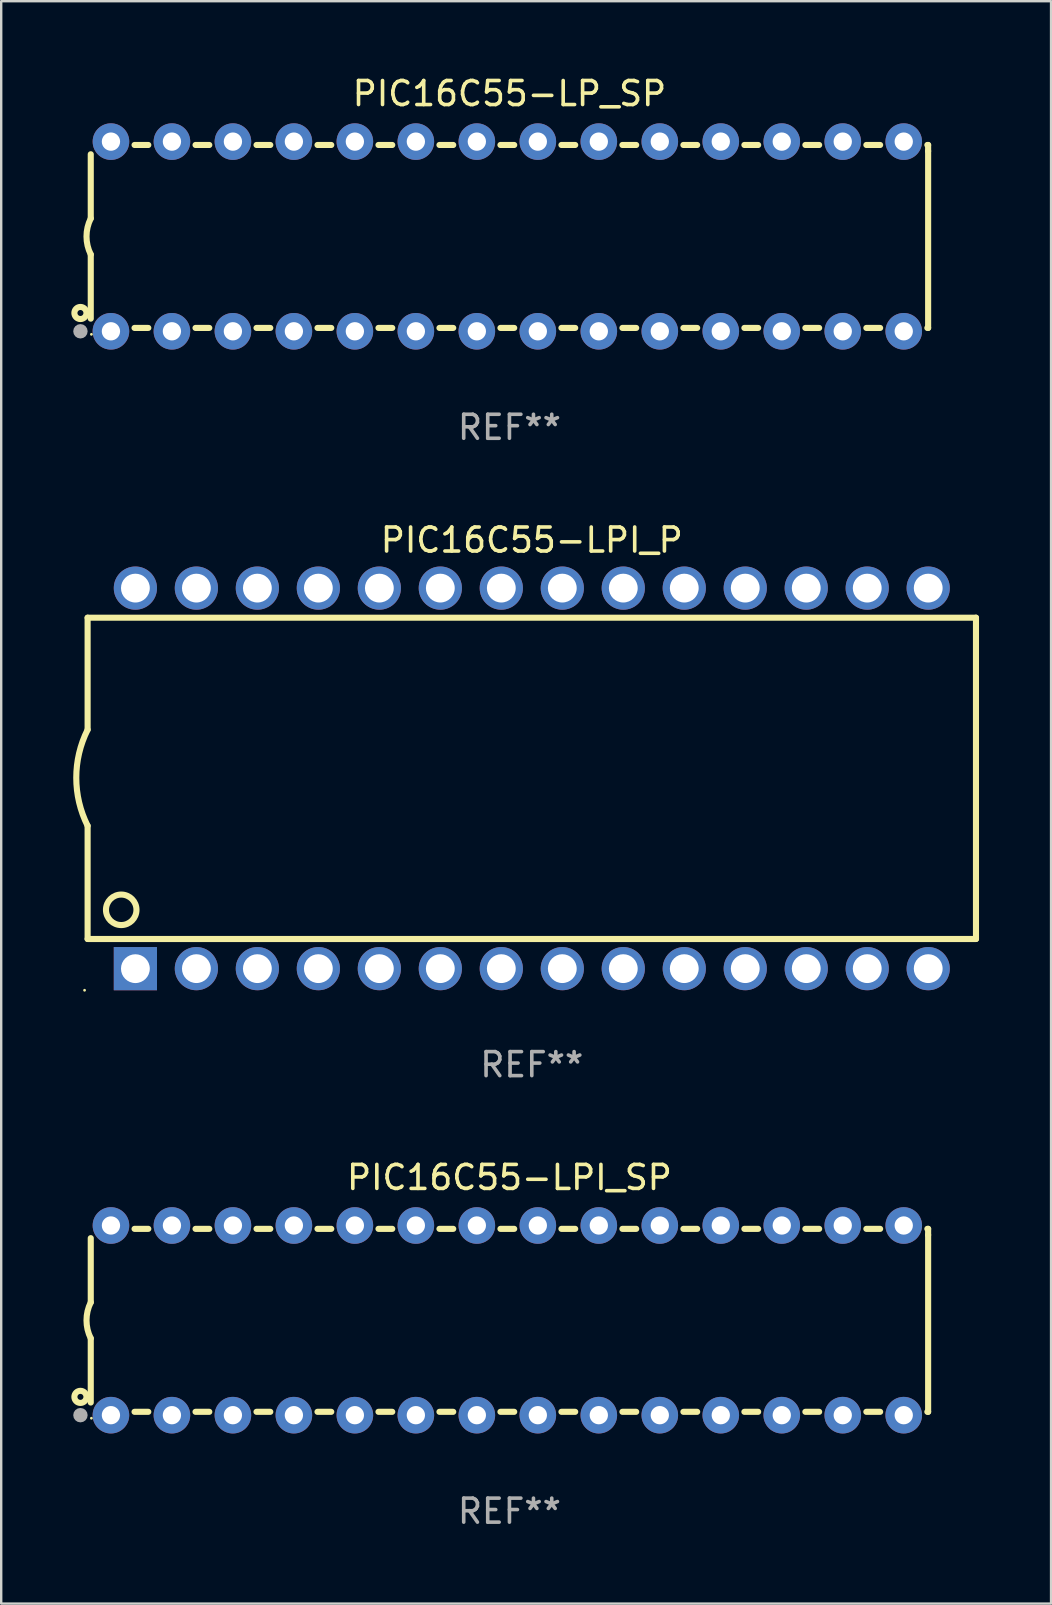
<source format=kicad_pcb>
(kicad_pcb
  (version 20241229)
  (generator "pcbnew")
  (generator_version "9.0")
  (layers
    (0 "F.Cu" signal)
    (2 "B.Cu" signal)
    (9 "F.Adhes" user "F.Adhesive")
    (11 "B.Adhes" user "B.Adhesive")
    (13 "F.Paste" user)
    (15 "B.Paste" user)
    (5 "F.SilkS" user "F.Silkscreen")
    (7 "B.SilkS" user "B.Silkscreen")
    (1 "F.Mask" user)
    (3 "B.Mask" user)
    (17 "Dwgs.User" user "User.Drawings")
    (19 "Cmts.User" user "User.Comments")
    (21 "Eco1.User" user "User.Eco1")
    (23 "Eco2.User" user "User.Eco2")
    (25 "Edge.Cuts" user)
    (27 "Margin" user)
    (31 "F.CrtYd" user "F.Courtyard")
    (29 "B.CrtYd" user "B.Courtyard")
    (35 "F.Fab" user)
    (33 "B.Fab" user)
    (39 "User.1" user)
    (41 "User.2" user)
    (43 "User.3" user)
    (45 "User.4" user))
  (footprint "PIC16C55-LP_SP"
    (layer "F.Cu")
    (at 18.168 6.798)
    (property "Reference" "PIC16C55-LP_SP" (at 0 -5.95 0) (layer "F.SilkS") (effects (font (size 1 1) (thickness 0.15))))
    (attr through_hole)
    (fp_line (start -17.438 0.75) (end -17.438 3.423) (stroke (width 0.254) (type solid)) (layer "F.SilkS"))
    (fp_line (start -17.438 -3.423) (end -17.438 -0.75) (stroke (width 0.254) (type solid)) (layer "F.SilkS"))
    (fp_line (start -15.615 3.81) (end -15.041 3.81) (stroke (width 0.254) (type solid)) (layer "F.SilkS"))
    (fp_line (start -15.041 -3.81) (end -15.614 -3.81) (stroke (width 0.254) (type solid)) (layer "F.SilkS"))
    (fp_line (start -13.075 3.81) (end -12.501 3.81) (stroke (width 0.254) (type solid)) (layer "F.SilkS"))
    (fp_line (start -12.501 -3.81) (end -13.074 -3.81) (stroke (width 0.254) (type solid)) (layer "F.SilkS"))
    (fp_line (start -10.535 3.81) (end -9.961 3.81) (stroke (width 0.254) (type solid)) (layer "F.SilkS"))
    (fp_line (start -9.961 -3.81) (end -10.534 -3.81) (stroke (width 0.254) (type solid)) (layer "F.SilkS"))
    (fp_line (start -7.995 3.81) (end -7.421 3.81) (stroke (width 0.254) (type solid)) (layer "F.SilkS"))
    (fp_line (start -7.421 -3.81) (end -7.995 -3.81) (stroke (width 0.254) (type solid)) (layer "F.SilkS"))
    (fp_line (start -5.455 3.81) (end -4.881 3.81) (stroke (width 0.254) (type solid)) (layer "F.SilkS"))
    (fp_line (start -4.881 -3.81) (end -5.455 -3.81) (stroke (width 0.254) (type solid)) (layer "F.SilkS"))
    (fp_line (start -2.915 3.81) (end -2.341 3.81) (stroke (width 0.254) (type solid)) (layer "F.SilkS"))
    (fp_line (start -2.341 -3.81) (end -2.915 -3.81) (stroke (width 0.254) (type solid)) (layer "F.SilkS"))
    (fp_line (start -0.375 3.81) (end 0.199 3.81) (stroke (width 0.254) (type solid)) (layer "F.SilkS"))
    (fp_line (start 0.199 -3.81) (end -0.375 -3.81) (stroke (width 0.254) (type solid)) (layer "F.SilkS"))
    (fp_line (start 2.165 3.81) (end 2.739 3.81) (stroke (width 0.254) (type solid)) (layer "F.SilkS"))
    (fp_line (start 2.739 -3.81) (end 2.165 -3.81) (stroke (width 0.254) (type solid)) (layer "F.SilkS"))
    (fp_line (start 4.705 3.81) (end 5.279 3.81) (stroke (width 0.254) (type solid)) (layer "F.SilkS"))
    (fp_line (start 5.279 -3.81) (end 4.705 -3.81) (stroke (width 0.254) (type solid)) (layer "F.SilkS"))
    (fp_line (start 7.245 3.81) (end 7.819 3.81) (stroke (width 0.254) (type solid)) (layer "F.SilkS"))
    (fp_line (start 7.819 -3.81) (end 7.245 -3.81) (stroke (width 0.254) (type solid)) (layer "F.SilkS"))
    (fp_line (start 9.785 3.81) (end 10.359 3.81) (stroke (width 0.254) (type solid)) (layer "F.SilkS"))
    (fp_line (start 10.359 -3.81) (end 9.785 -3.81) (stroke (width 0.254) (type solid)) (layer "F.SilkS"))
    (fp_line (start 12.325 3.81) (end 12.899 3.81) (stroke (width 0.254) (type solid)) (layer "F.SilkS"))
    (fp_line (start 12.899 -3.81) (end 12.325 -3.81) (stroke (width 0.254) (type solid)) (layer "F.SilkS"))
    (fp_line (start 14.865 3.81) (end 15.439 3.81) (stroke (width 0.254) (type solid)) (layer "F.SilkS"))
    (fp_line (start 15.439 -3.81) (end 14.865 -3.81) (stroke (width 0.254) (type solid)) (layer "F.SilkS"))
    (fp_line (start 17.405 3.81) (end 17.438 3.81) (stroke (width 0.254) (type solid)) (layer "F.SilkS"))
    (fp_line (start 17.438 -3.81) (end 17.405 -3.81) (stroke (width 0.254) (type solid)) (layer "F.SilkS"))
    (fp_line (start 17.438 -3.556) (end 17.438 -3.81) (stroke (width 0.254) (type solid)) (layer "F.SilkS"))
    (fp_line (start 17.438 3.81) (end 17.438 -3.556) (stroke (width 0.254) (type solid)) (layer "F.SilkS"))
    (fp_arc (start -17.437986 0.749657) (mid -17.614887 -0.000024) (end -17.437783 -0.749657) (stroke (width 0.254001) (type solid)) (layer "F.SilkS"))
    (fp_circle (center -17.868 3.188) (end -17.743 3.188) (stroke (width 0.254) (type solid)) (fill no) (layer "F.SilkS"))
    (fp_circle (center -17.411 4.077) (end -17.381 4.077) (stroke (width 0.06) (type solid)) (fill no) (layer "F.SilkS"))
    (fp_circle (center -17.868 3.95) (end -17.718 3.95) (stroke (width 0.3) (type solid)) (fill no) (layer "F.Fab"))
    (fp_text user "REF**" (at 0 7.95 0) (layer "F.Fab") (effects (font (size 1 1) (thickness 0.15))))
    (pad "1" thru_hole circle (at -16.598 3.95) (size 1.524 1.524) (drill 0.762) (layers "*.Cu" "*.Mask"))
    (pad "2" thru_hole circle (at -14.058 3.95) (size 1.524 1.524) (drill 0.762) (layers "*.Cu" "*.Mask"))
    (pad "3" thru_hole circle (at -11.518 3.95) (size 1.524 1.524) (drill 0.762) (layers "*.Cu" "*.Mask"))
    (pad "4" thru_hole circle (at -8.978 3.95) (size 1.524 1.524) (drill 0.762) (layers "*.Cu" "*.Mask"))
    (pad "5" thru_hole circle (at -6.438 3.95) (size 1.524 1.524) (drill 0.762) (layers "*.Cu" "*.Mask"))
    (pad "6" thru_hole circle (at -3.898 3.95) (size 1.524 1.524) (drill 0.762) (layers "*.Cu" "*.Mask"))
    (pad "7" thru_hole circle (at -1.358 3.95) (size 1.524 1.524) (drill 0.762) (layers "*.Cu" "*.Mask"))
    (pad "8" thru_hole circle (at 1.182 3.95) (size 1.524 1.524) (drill 0.762) (layers "*.Cu" "*.Mask"))
    (pad "9" thru_hole circle (at 3.722 3.95) (size 1.524 1.524) (drill 0.762) (layers "*.Cu" "*.Mask"))
    (pad "10" thru_hole circle (at 6.262 3.95) (size 1.524 1.524) (drill 0.762) (layers "*.Cu" "*.Mask"))
    (pad "11" thru_hole circle (at 8.802 3.95) (size 1.524 1.524) (drill 0.762) (layers "*.Cu" "*.Mask"))
    (pad "12" thru_hole circle (at 11.342 3.95) (size 1.524 1.524) (drill 0.762) (layers "*.Cu" "*.Mask"))
    (pad "13" thru_hole circle (at 13.882 3.95) (size 1.524 1.524) (drill 0.762) (layers "*.Cu" "*.Mask"))
    (pad "14" thru_hole circle (at 16.422 3.95) (size 1.524 1.524) (drill 0.762) (layers "*.Cu" "*.Mask"))
    (pad "15" thru_hole circle (at 16.422 -3.95) (size 1.524 1.524) (drill 0.762) (layers "*.Cu" "*.Mask"))
    (pad "16" thru_hole circle (at 13.882 -3.95) (size 1.524 1.524) (drill 0.762) (layers "*.Cu" "*.Mask"))
    (pad "17" thru_hole circle (at 11.342 -3.95) (size 1.524 1.524) (drill 0.762) (layers "*.Cu" "*.Mask"))
    (pad "18" thru_hole circle (at 8.802 -3.95) (size 1.524 1.524) (drill 0.762) (layers "*.Cu" "*.Mask"))
    (pad "19" thru_hole circle (at 6.262 -3.95) (size 1.524 1.524) (drill 0.762) (layers "*.Cu" "*.Mask"))
    (pad "20" thru_hole circle (at 3.722 -3.95) (size 1.524 1.524) (drill 0.762) (layers "*.Cu" "*.Mask"))
    (pad "21" thru_hole circle (at 1.182 -3.95) (size 1.524 1.524) (drill 0.762) (layers "*.Cu" "*.Mask"))
    (pad "22" thru_hole circle (at -1.358 -3.95) (size 1.524 1.524) (drill 0.762) (layers "*.Cu" "*.Mask"))
    (pad "23" thru_hole circle (at -3.898 -3.95) (size 1.524 1.524) (drill 0.762) (layers "*.Cu" "*.Mask"))
    (pad "24" thru_hole circle (at -6.438 -3.95) (size 1.524 1.524) (drill 0.762) (layers "*.Cu" "*.Mask"))
    (pad "25" thru_hole circle (at -8.978 -3.95) (size 1.524 1.524) (drill 0.762) (layers "*.Cu" "*.Mask"))
    (pad "26" thru_hole circle (at -11.517 -3.95) (size 1.524 1.524) (drill 0.762) (layers "*.Cu" "*.Mask"))
    (pad "27" thru_hole circle (at -14.057 -3.95) (size 1.524 1.524) (drill 0.762) (layers "*.Cu" "*.Mask"))
    (pad "28" thru_hole circle (at -16.597 -3.95) (size 1.524 1.524) (drill 0.762) (layers "*.Cu" "*.Mask")))
  (footprint "PIC16C55-LPI_P"
    (layer "F.Cu")
    (at 19.099 29.369)
    (property "Reference" "PIC16C55-LPI_P" (at 0 -9.925 0) (layer "F.SilkS") (effects (font (size 1 1) (thickness 0.15))))
    (attr through_hole)
    (fp_line (start -18.5 -6.692) (end -18.5 -2.026) (stroke (width 0.254) (type solid)) (layer "F.SilkS"))
    (fp_line (start -18.5 6.689) (end -18.5 1.974) (stroke (width 0.254) (type solid)) (layer "F.SilkS"))
    (fp_line (start -18.5 6.689) (end 18.5 6.689) (stroke (width 0.254) (type solid)) (layer "F.SilkS"))
    (fp_line (start 18.5 -6.692) (end -18.5 -6.692) (stroke (width 0.254) (type solid)) (layer "F.SilkS"))
    (fp_line (start 18.5 6.689) (end 18.5 -6.692) (stroke (width 0.254) (type solid)) (layer "F.SilkS"))
    (fp_arc (start -18.500051 1.974346) (mid -18.972187 -0.025654) (end -18.500051 -2.025654) (stroke (width 0.254001) (type solid)) (layer "F.SilkS"))
    (fp_circle (center -18.627 8.824) (end -18.597 8.824) (stroke (width 0.06) (type solid)) (fill no) (layer "F.SilkS"))
    (fp_circle (center -17.1 5.474) (end -16.465 5.474) (stroke (width 0.254) (type solid)) (fill no) (layer "F.SilkS"))
    (fp_text user "REF**" (at 0 11.925 0) (layer "F.Fab") (effects (font (size 1 1) (thickness 0.15))))
    (pad "1" thru_hole rect (at -16.51 7.925) (size 1.8 1.8) (drill 1.2) (layers "*.Cu" "*.Mask"))
    (pad "2" thru_hole circle (at -13.97 7.924) (size 1.8 1.8) (drill 1.2) (layers "*.Cu" "*.Mask"))
    (pad "3" thru_hole circle (at -11.43 7.924) (size 1.8 1.8) (drill 1.2) (layers "*.Cu" "*.Mask"))
    (pad "4" thru_hole circle (at -8.89 7.924) (size 1.8 1.8) (drill 1.2) (layers "*.Cu" "*.Mask"))
    (pad "5" thru_hole circle (at -6.35 7.924) (size 1.8 1.8) (drill 1.2) (layers "*.Cu" "*.Mask"))
    (pad "6" thru_hole circle (at -3.81 7.924) (size 1.8 1.8) (drill 1.2) (layers "*.Cu" "*.Mask"))
    (pad "7" thru_hole circle (at -1.27 7.924) (size 1.8 1.8) (drill 1.2) (layers "*.Cu" "*.Mask"))
    (pad "8" thru_hole circle (at 1.27 7.924) (size 1.8 1.8) (drill 1.2) (layers "*.Cu" "*.Mask"))
    (pad "9" thru_hole circle (at 3.81 7.924) (size 1.8 1.8) (drill 1.2) (layers "*.Cu" "*.Mask"))
    (pad "10" thru_hole circle (at 6.35 7.924) (size 1.8 1.8) (drill 1.2) (layers "*.Cu" "*.Mask"))
    (pad "11" thru_hole circle (at 8.89 7.924) (size 1.8 1.8) (drill 1.2) (layers "*.Cu" "*.Mask"))
    (pad "12" thru_hole circle (at 11.43 7.924) (size 1.8 1.8) (drill 1.2) (layers "*.Cu" "*.Mask"))
    (pad "13" thru_hole circle (at 13.97 7.924) (size 1.8 1.8) (drill 1.2) (layers "*.Cu" "*.Mask"))
    (pad "14" thru_hole circle (at 16.51 7.924) (size 1.8 1.8) (drill 1.2) (layers "*.Cu" "*.Mask"))
    (pad "15" thru_hole circle (at 16.51 -7.925) (size 1.8 1.8) (drill 1.2) (layers "*.Cu" "*.Mask"))
    (pad "16" thru_hole circle (at 13.97 -7.925) (size 1.8 1.8) (drill 1.2) (layers "*.Cu" "*.Mask"))
    (pad "17" thru_hole circle (at 11.43 -7.925) (size 1.8 1.8) (drill 1.2) (layers "*.Cu" "*.Mask"))
    (pad "18" thru_hole circle (at 8.89 -7.925) (size 1.8 1.8) (drill 1.2) (layers "*.Cu" "*.Mask"))
    (pad "19" thru_hole circle (at 6.35 -7.925) (size 1.8 1.8) (drill 1.2) (layers "*.Cu" "*.Mask"))
    (pad "20" thru_hole circle (at 3.81 -7.925) (size 1.8 1.8) (drill 1.2) (layers "*.Cu" "*.Mask"))
    (pad "21" thru_hole circle (at 1.27 -7.925) (size 1.8 1.8) (drill 1.2) (layers "*.Cu" "*.Mask"))
    (pad "22" thru_hole circle (at -1.27 -7.925) (size 1.8 1.8) (drill 1.2) (layers "*.Cu" "*.Mask"))
    (pad "23" thru_hole circle (at -3.81 -7.925) (size 1.8 1.8) (drill 1.2) (layers "*.Cu" "*.Mask"))
    (pad "24" thru_hole circle (at -6.35 -7.925) (size 1.8 1.8) (drill 1.2) (layers "*.Cu" "*.Mask"))
    (pad "25" thru_hole circle (at -8.89 -7.925) (size 1.8 1.8) (drill 1.2) (layers "*.Cu" "*.Mask"))
    (pad "26" thru_hole circle (at -11.43 -7.925) (size 1.8 1.8) (drill 1.2) (layers "*.Cu" "*.Mask"))
    (pad "27" thru_hole circle (at -13.97 -7.925) (size 1.8 1.8) (drill 1.2) (layers "*.Cu" "*.Mask"))
    (pad "28" thru_hole circle (at -16.51 -7.925) (size 1.8 1.8) (drill 1.2) (layers "*.Cu" "*.Mask")))
  (footprint "PIC16C55-LPI_SP"
    (layer "F.Cu")
    (at 18.168 51.941)
    (property "Reference" "PIC16C55-LPI_SP" (at 0 -5.95 0) (layer "F.SilkS") (effects (font (size 1 1) (thickness 0.15))))
    (attr through_hole)
    (fp_line (start -17.438 0.75) (end -17.438 3.423) (stroke (width 0.254) (type solid)) (layer "F.SilkS"))
    (fp_line (start -17.438 -3.423) (end -17.438 -0.75) (stroke (width 0.254) (type solid)) (layer "F.SilkS"))
    (fp_line (start -15.615 3.81) (end -15.041 3.81) (stroke (width 0.254) (type solid)) (layer "F.SilkS"))
    (fp_line (start -15.041 -3.81) (end -15.614 -3.81) (stroke (width 0.254) (type solid)) (layer "F.SilkS"))
    (fp_line (start -13.075 3.81) (end -12.501 3.81) (stroke (width 0.254) (type solid)) (layer "F.SilkS"))
    (fp_line (start -12.501 -3.81) (end -13.074 -3.81) (stroke (width 0.254) (type solid)) (layer "F.SilkS"))
    (fp_line (start -10.535 3.81) (end -9.961 3.81) (stroke (width 0.254) (type solid)) (layer "F.SilkS"))
    (fp_line (start -9.961 -3.81) (end -10.534 -3.81) (stroke (width 0.254) (type solid)) (layer "F.SilkS"))
    (fp_line (start -7.995 3.81) (end -7.421 3.81) (stroke (width 0.254) (type solid)) (layer "F.SilkS"))
    (fp_line (start -7.421 -3.81) (end -7.995 -3.81) (stroke (width 0.254) (type solid)) (layer "F.SilkS"))
    (fp_line (start -5.455 3.81) (end -4.881 3.81) (stroke (width 0.254) (type solid)) (layer "F.SilkS"))
    (fp_line (start -4.881 -3.81) (end -5.455 -3.81) (stroke (width 0.254) (type solid)) (layer "F.SilkS"))
    (fp_line (start -2.915 3.81) (end -2.341 3.81) (stroke (width 0.254) (type solid)) (layer "F.SilkS"))
    (fp_line (start -2.341 -3.81) (end -2.915 -3.81) (stroke (width 0.254) (type solid)) (layer "F.SilkS"))
    (fp_line (start -0.375 3.81) (end 0.199 3.81) (stroke (width 0.254) (type solid)) (layer "F.SilkS"))
    (fp_line (start 0.199 -3.81) (end -0.375 -3.81) (stroke (width 0.254) (type solid)) (layer "F.SilkS"))
    (fp_line (start 2.165 3.81) (end 2.739 3.81) (stroke (width 0.254) (type solid)) (layer "F.SilkS"))
    (fp_line (start 2.739 -3.81) (end 2.165 -3.81) (stroke (width 0.254) (type solid)) (layer "F.SilkS"))
    (fp_line (start 4.705 3.81) (end 5.279 3.81) (stroke (width 0.254) (type solid)) (layer "F.SilkS"))
    (fp_line (start 5.279 -3.81) (end 4.705 -3.81) (stroke (width 0.254) (type solid)) (layer "F.SilkS"))
    (fp_line (start 7.245 3.81) (end 7.819 3.81) (stroke (width 0.254) (type solid)) (layer "F.SilkS"))
    (fp_line (start 7.819 -3.81) (end 7.245 -3.81) (stroke (width 0.254) (type solid)) (layer "F.SilkS"))
    (fp_line (start 9.785 3.81) (end 10.359 3.81) (stroke (width 0.254) (type solid)) (layer "F.SilkS"))
    (fp_line (start 10.359 -3.81) (end 9.785 -3.81) (stroke (width 0.254) (type solid)) (layer "F.SilkS"))
    (fp_line (start 12.325 3.81) (end 12.899 3.81) (stroke (width 0.254) (type solid)) (layer "F.SilkS"))
    (fp_line (start 12.899 -3.81) (end 12.325 -3.81) (stroke (width 0.254) (type solid)) (layer "F.SilkS"))
    (fp_line (start 14.865 3.81) (end 15.439 3.81) (stroke (width 0.254) (type solid)) (layer "F.SilkS"))
    (fp_line (start 15.439 -3.81) (end 14.865 -3.81) (stroke (width 0.254) (type solid)) (layer "F.SilkS"))
    (fp_line (start 17.405 3.81) (end 17.438 3.81) (stroke (width 0.254) (type solid)) (layer "F.SilkS"))
    (fp_line (start 17.438 -3.81) (end 17.405 -3.81) (stroke (width 0.254) (type solid)) (layer "F.SilkS"))
    (fp_line (start 17.438 -3.556) (end 17.438 -3.81) (stroke (width 0.254) (type solid)) (layer "F.SilkS"))
    (fp_line (start 17.438 3.81) (end 17.438 -3.556) (stroke (width 0.254) (type solid)) (layer "F.SilkS"))
    (fp_arc (start -17.437986 0.749657) (mid -17.614887 -0.000024) (end -17.437783 -0.749657) (stroke (width 0.254001) (type solid)) (layer "F.SilkS"))
    (fp_circle (center -17.868 3.188) (end -17.743 3.188) (stroke (width 0.254) (type solid)) (fill no) (layer "F.SilkS"))
    (fp_circle (center -17.411 4.077) (end -17.381 4.077) (stroke (width 0.06) (type solid)) (fill no) (layer "F.SilkS"))
    (fp_circle (center -17.868 3.95) (end -17.718 3.95) (stroke (width 0.3) (type solid)) (fill no) (layer "F.Fab"))
    (fp_text user "REF**" (at 0 7.95 0) (layer "F.Fab") (effects (font (size 1 1) (thickness 0.15))))
    (pad "1" thru_hole circle (at -16.598 3.95) (size 1.524 1.524) (drill 0.762) (layers "*.Cu" "*.Mask"))
    (pad "2" thru_hole circle (at -14.058 3.95) (size 1.524 1.524) (drill 0.762) (layers "*.Cu" "*.Mask"))
    (pad "3" thru_hole circle (at -11.518 3.95) (size 1.524 1.524) (drill 0.762) (layers "*.Cu" "*.Mask"))
    (pad "4" thru_hole circle (at -8.978 3.95) (size 1.524 1.524) (drill 0.762) (layers "*.Cu" "*.Mask"))
    (pad "5" thru_hole circle (at -6.438 3.95) (size 1.524 1.524) (drill 0.762) (layers "*.Cu" "*.Mask"))
    (pad "6" thru_hole circle (at -3.898 3.95) (size 1.524 1.524) (drill 0.762) (layers "*.Cu" "*.Mask"))
    (pad "7" thru_hole circle (at -1.358 3.95) (size 1.524 1.524) (drill 0.762) (layers "*.Cu" "*.Mask"))
    (pad "8" thru_hole circle (at 1.182 3.95) (size 1.524 1.524) (drill 0.762) (layers "*.Cu" "*.Mask"))
    (pad "9" thru_hole circle (at 3.722 3.95) (size 1.524 1.524) (drill 0.762) (layers "*.Cu" "*.Mask"))
    (pad "10" thru_hole circle (at 6.262 3.95) (size 1.524 1.524) (drill 0.762) (layers "*.Cu" "*.Mask"))
    (pad "11" thru_hole circle (at 8.802 3.95) (size 1.524 1.524) (drill 0.762) (layers "*.Cu" "*.Mask"))
    (pad "12" thru_hole circle (at 11.342 3.95) (size 1.524 1.524) (drill 0.762) (layers "*.Cu" "*.Mask"))
    (pad "13" thru_hole circle (at 13.882 3.95) (size 1.524 1.524) (drill 0.762) (layers "*.Cu" "*.Mask"))
    (pad "14" thru_hole circle (at 16.422 3.95) (size 1.524 1.524) (drill 0.762) (layers "*.Cu" "*.Mask"))
    (pad "15" thru_hole circle (at 16.422 -3.95) (size 1.524 1.524) (drill 0.762) (layers "*.Cu" "*.Mask"))
    (pad "16" thru_hole circle (at 13.882 -3.95) (size 1.524 1.524) (drill 0.762) (layers "*.Cu" "*.Mask"))
    (pad "17" thru_hole circle (at 11.342 -3.95) (size 1.524 1.524) (drill 0.762) (layers "*.Cu" "*.Mask"))
    (pad "18" thru_hole circle (at 8.802 -3.95) (size 1.524 1.524) (drill 0.762) (layers "*.Cu" "*.Mask"))
    (pad "19" thru_hole circle (at 6.262 -3.95) (size 1.524 1.524) (drill 0.762) (layers "*.Cu" "*.Mask"))
    (pad "20" thru_hole circle (at 3.722 -3.95) (size 1.524 1.524) (drill 0.762) (layers "*.Cu" "*.Mask"))
    (pad "21" thru_hole circle (at 1.182 -3.95) (size 1.524 1.524) (drill 0.762) (layers "*.Cu" "*.Mask"))
    (pad "22" thru_hole circle (at -1.358 -3.95) (size 1.524 1.524) (drill 0.762) (layers "*.Cu" "*.Mask"))
    (pad "23" thru_hole circle (at -3.898 -3.95) (size 1.524 1.524) (drill 0.762) (layers "*.Cu" "*.Mask"))
    (pad "24" thru_hole circle (at -6.438 -3.95) (size 1.524 1.524) (drill 0.762) (layers "*.Cu" "*.Mask"))
    (pad "25" thru_hole circle (at -8.978 -3.95) (size 1.524 1.524) (drill 0.762) (layers "*.Cu" "*.Mask"))
    (pad "26" thru_hole circle (at -11.517 -3.95) (size 1.524 1.524) (drill 0.762) (layers "*.Cu" "*.Mask"))
    (pad "27" thru_hole circle (at -14.057 -3.95) (size 1.524 1.524) (drill 0.762) (layers "*.Cu" "*.Mask"))
    (pad "28" thru_hole circle (at -16.597 -3.95) (size 1.524 1.524) (drill 0.762) (layers "*.Cu" "*.Mask")))
  (gr_rect
    (start -3 -3)
    (end 40.726 63.739)
    (stroke (width 0.1) (type default))
    (fill no)
    (layer "Edge.Cuts")))
</source>
